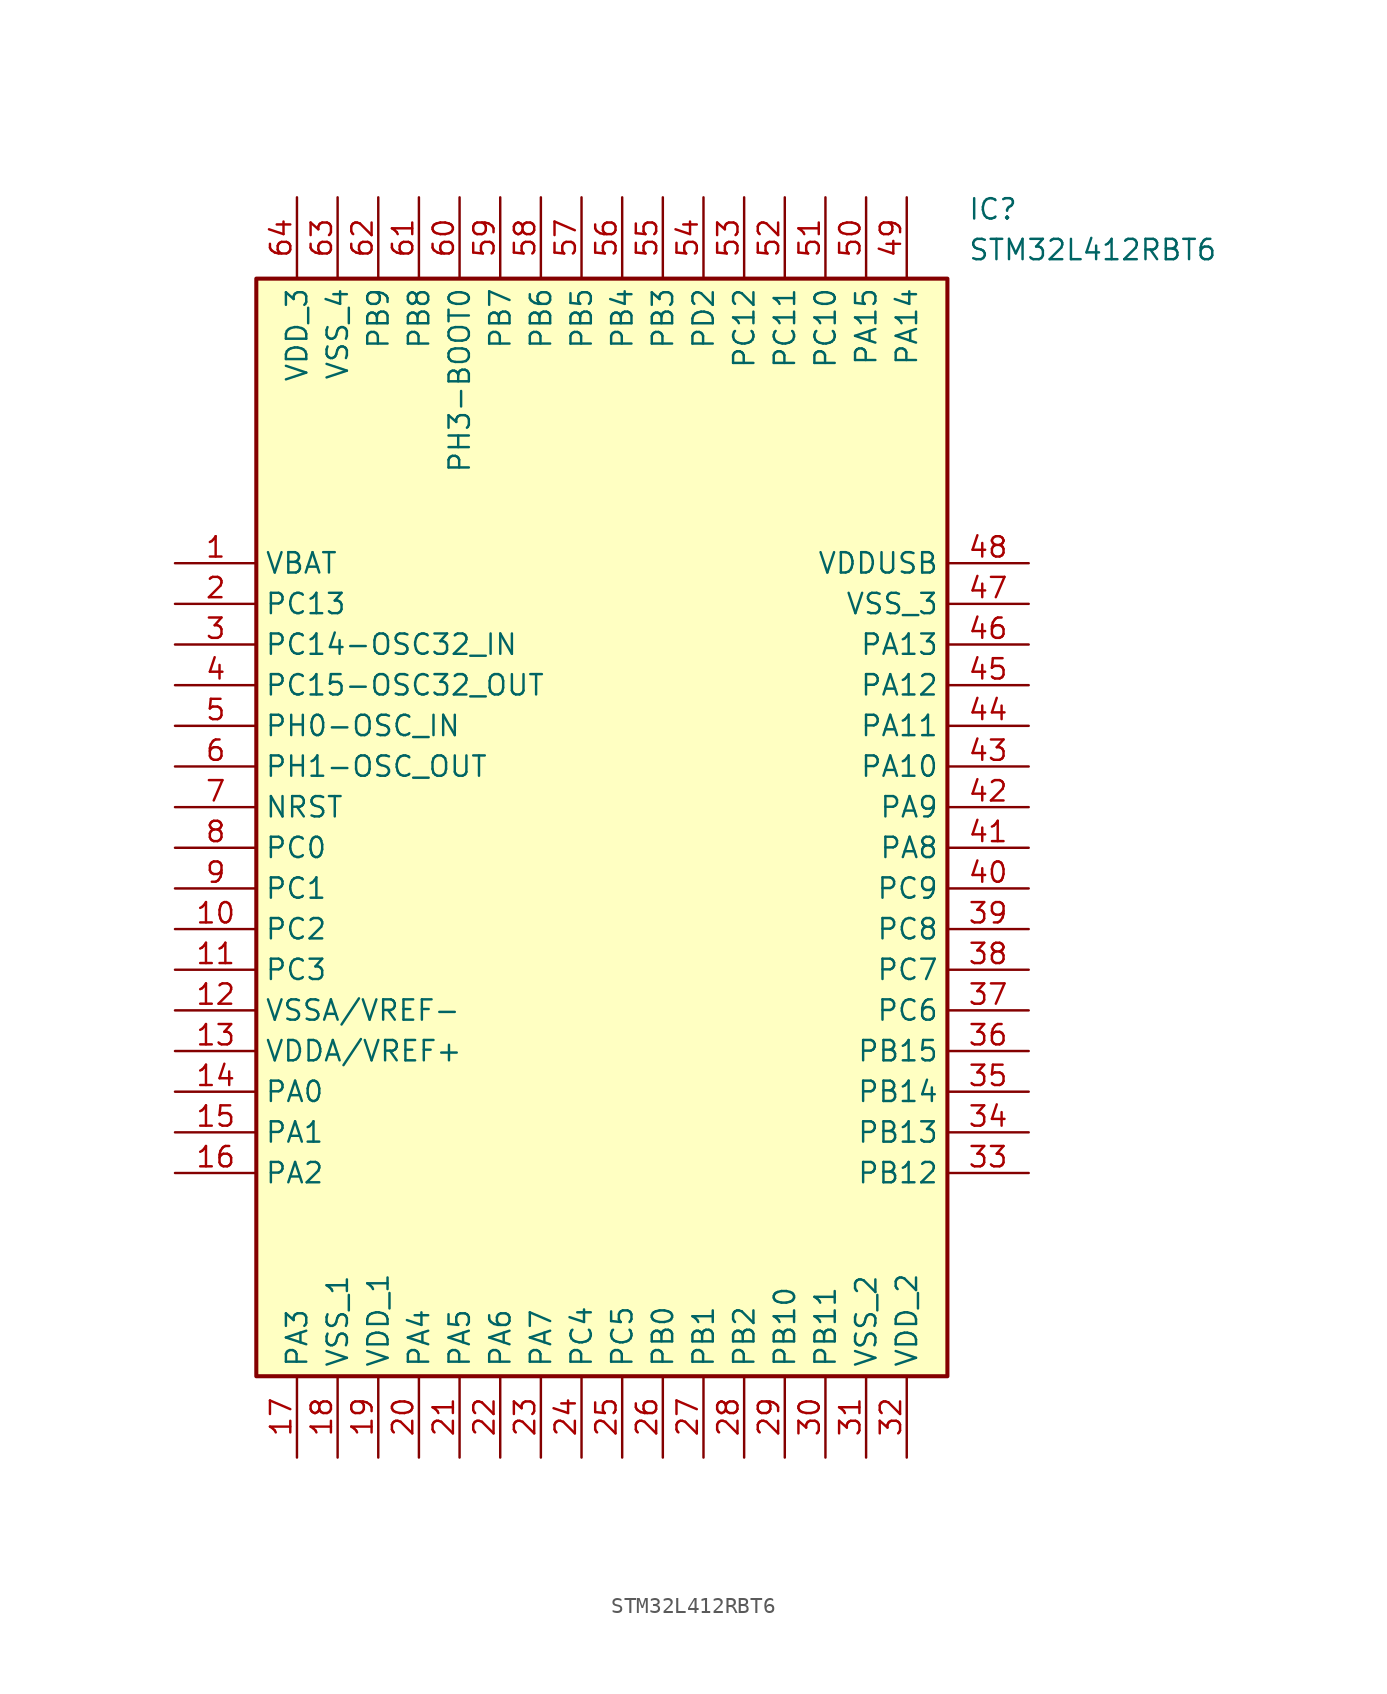
<source format=kicad_sym>
(kicad_symbol_lib
  (version 20211014)
  (generator SamacSys_ECAD_Model)
  (symbol "STM32L412RBT6"
    (property "Reference" "IC"
      (at 49.53 22.86 0)
      (effects (font (size 1.27 1.27)) (justify left top)))
    (property "Value" "STM32L412RBT6"
      (at 49.53 20.32 0)
      (effects (font (size 1.27 1.27)) (justify left top)))
    (rectangle
      (start 5.08 17.78)
      (end 48.26 -50.8)
      (stroke (width 0.254) (type default))
      (fill (type background)))
    (pin power_in line
      (at 0 0 0)
      (length 5.08)
      (name "VBAT" (effects (font (size 1.27 1.27))))
      (number "1" (effects (font (size 1.27 1.27)))))
    (pin bidirectional line
      (at 0 -2.54 0)
      (length 5.08)
      (name "PC13" (effects (font (size 1.27 1.27))))
      (number "2" (effects (font (size 1.27 1.27)))))
    (pin bidirectional line
      (at 0 -5.08 0)
      (length 5.08)
      (name "PC14-OSC32_IN" (effects (font (size 1.27 1.27))))
      (number "3" (effects (font (size 1.27 1.27)))))
    (pin bidirectional line
      (at 0 -7.62 0)
      (length 5.08)
      (name "PC15-OSC32_OUT" (effects (font (size 1.27 1.27))))
      (number "4" (effects (font (size 1.27 1.27)))))
    (pin bidirectional line
      (at 0 -10.16 0)
      (length 5.08)
      (name "PH0-OSC_IN" (effects (font (size 1.27 1.27))))
      (number "5" (effects (font (size 1.27 1.27)))))
    (pin bidirectional line
      (at 0 -12.7 0)
      (length 5.08)
      (name "PH1-OSC_OUT" (effects (font (size 1.27 1.27))))
      (number "6" (effects (font (size 1.27 1.27)))))
    (pin input line
      (at 0 -15.24 0)
      (length 5.08)
      (name "NRST" (effects (font (size 1.27 1.27))))
      (number "7" (effects (font (size 1.27 1.27)))))
    (pin bidirectional line
      (at 0 -17.78 0)
      (length 5.08)
      (name "PC0" (effects (font (size 1.27 1.27))))
      (number "8" (effects (font (size 1.27 1.27)))))
    (pin bidirectional line
      (at 0 -20.32 0)
      (length 5.08)
      (name "PC1" (effects (font (size 1.27 1.27))))
      (number "9" (effects (font (size 1.27 1.27)))))
    (pin bidirectional line
      (at 0 -22.86 0)
      (length 5.08)
      (name "PC2" (effects (font (size 1.27 1.27))))
      (number "10" (effects (font (size 1.27 1.27)))))
    (pin bidirectional line
      (at 0 -25.4 0)
      (length 5.08)
      (name "PC3" (effects (font (size 1.27 1.27))))
      (number "11" (effects (font (size 1.27 1.27)))))
    (pin power_in line
      (at 0 -27.94 0)
      (length 5.08)
      (name "VSSA/VREF-" (effects (font (size 1.27 1.27))))
      (number "12" (effects (font (size 1.27 1.27)))))
    (pin power_in line
      (at 0 -30.48 0)
      (length 5.08)
      (name "VDDA/VREF+" (effects (font (size 1.27 1.27))))
      (number "13" (effects (font (size 1.27 1.27)))))
    (pin bidirectional line
      (at 0 -33.02 0)
      (length 5.08)
      (name "PA0" (effects (font (size 1.27 1.27))))
      (number "14" (effects (font (size 1.27 1.27)))))
    (pin bidirectional line
      (at 0 -35.56 0)
      (length 5.08)
      (name "PA1" (effects (font (size 1.27 1.27))))
      (number "15" (effects (font (size 1.27 1.27)))))
    (pin bidirectional line
      (at 0 -38.1 0)
      (length 5.08)
      (name "PA2" (effects (font (size 1.27 1.27))))
      (number "16" (effects (font (size 1.27 1.27)))))
    (pin bidirectional line
      (at 7.62 -55.88 90)
      (length 5.08)
      (name "PA3" (effects (font (size 1.27 1.27))))
      (number "17" (effects (font (size 1.27 1.27)))))
    (pin power_in line
      (at 10.16 -55.88 90)
      (length 5.08)
      (name "VSS_1" (effects (font (size 1.27 1.27))))
      (number "18" (effects (font (size 1.27 1.27)))))
    (pin power_in line
      (at 12.7 -55.88 90)
      (length 5.08)
      (name "VDD_1" (effects (font (size 1.27 1.27))))
      (number "19" (effects (font (size 1.27 1.27)))))
    (pin bidirectional line
      (at 15.24 -55.88 90)
      (length 5.08)
      (name "PA4" (effects (font (size 1.27 1.27))))
      (number "20" (effects (font (size 1.27 1.27)))))
    (pin bidirectional line
      (at 17.78 -55.88 90)
      (length 5.08)
      (name "PA5" (effects (font (size 1.27 1.27))))
      (number "21" (effects (font (size 1.27 1.27)))))
    (pin bidirectional line
      (at 20.32 -55.88 90)
      (length 5.08)
      (name "PA6" (effects (font (size 1.27 1.27))))
      (number "22" (effects (font (size 1.27 1.27)))))
    (pin bidirectional line
      (at 22.86 -55.88 90)
      (length 5.08)
      (name "PA7" (effects (font (size 1.27 1.27))))
      (number "23" (effects (font (size 1.27 1.27)))))
    (pin bidirectional line
      (at 25.4 -55.88 90)
      (length 5.08)
      (name "PC4" (effects (font (size 1.27 1.27))))
      (number "24" (effects (font (size 1.27 1.27)))))
    (pin bidirectional line
      (at 27.94 -55.88 90)
      (length 5.08)
      (name "PC5" (effects (font (size 1.27 1.27))))
      (number "25" (effects (font (size 1.27 1.27)))))
    (pin bidirectional line
      (at 30.48 -55.88 90)
      (length 5.08)
      (name "PB0" (effects (font (size 1.27 1.27))))
      (number "26" (effects (font (size 1.27 1.27)))))
    (pin bidirectional line
      (at 33.02 -55.88 90)
      (length 5.08)
      (name "PB1" (effects (font (size 1.27 1.27))))
      (number "27" (effects (font (size 1.27 1.27)))))
    (pin bidirectional line
      (at 35.56 -55.88 90)
      (length 5.08)
      (name "PB2" (effects (font (size 1.27 1.27))))
      (number "28" (effects (font (size 1.27 1.27)))))
    (pin bidirectional line
      (at 38.1 -55.88 90)
      (length 5.08)
      (name "PB10" (effects (font (size 1.27 1.27))))
      (number "29" (effects (font (size 1.27 1.27)))))
    (pin bidirectional line
      (at 40.64 -55.88 90)
      (length 5.08)
      (name "PB11" (effects (font (size 1.27 1.27))))
      (number "30" (effects (font (size 1.27 1.27)))))
    (pin power_in line
      (at 43.18 -55.88 90)
      (length 5.08)
      (name "VSS_2" (effects (font (size 1.27 1.27))))
      (number "31" (effects (font (size 1.27 1.27)))))
    (pin power_in line
      (at 45.72 -55.88 90)
      (length 5.08)
      (name "VDD_2" (effects (font (size 1.27 1.27))))
      (number "32" (effects (font (size 1.27 1.27)))))
    (pin power_in line
      (at 53.34 0 180)
      (length 5.08)
      (name "VDDUSB" (effects (font (size 1.27 1.27))))
      (number "48" (effects (font (size 1.27 1.27)))))
    (pin power_in line
      (at 53.34 -2.54 180)
      (length 5.08)
      (name "VSS_3" (effects (font (size 1.27 1.27))))
      (number "47" (effects (font (size 1.27 1.27)))))
    (pin bidirectional line
      (at 53.34 -5.08 180)
      (length 5.08)
      (name "PA13" (effects (font (size 1.27 1.27))))
      (number "46" (effects (font (size 1.27 1.27)))))
    (pin bidirectional line
      (at 53.34 -7.62 180)
      (length 5.08)
      (name "PA12" (effects (font (size 1.27 1.27))))
      (number "45" (effects (font (size 1.27 1.27)))))
    (pin bidirectional line
      (at 53.34 -10.16 180)
      (length 5.08)
      (name "PA11" (effects (font (size 1.27 1.27))))
      (number "44" (effects (font (size 1.27 1.27)))))
    (pin bidirectional line
      (at 53.34 -12.7 180)
      (length 5.08)
      (name "PA10" (effects (font (size 1.27 1.27))))
      (number "43" (effects (font (size 1.27 1.27)))))
    (pin bidirectional line
      (at 53.34 -15.24 180)
      (length 5.08)
      (name "PA9" (effects (font (size 1.27 1.27))))
      (number "42" (effects (font (size 1.27 1.27)))))
    (pin bidirectional line
      (at 53.34 -17.78 180)
      (length 5.08)
      (name "PA8" (effects (font (size 1.27 1.27))))
      (number "41" (effects (font (size 1.27 1.27)))))
    (pin bidirectional line
      (at 53.34 -20.32 180)
      (length 5.08)
      (name "PC9" (effects (font (size 1.27 1.27))))
      (number "40" (effects (font (size 1.27 1.27)))))
    (pin bidirectional line
      (at 53.34 -22.86 180)
      (length 5.08)
      (name "PC8" (effects (font (size 1.27 1.27))))
      (number "39" (effects (font (size 1.27 1.27)))))
    (pin bidirectional line
      (at 53.34 -25.4 180)
      (length 5.08)
      (name "PC7" (effects (font (size 1.27 1.27))))
      (number "38" (effects (font (size 1.27 1.27)))))
    (pin bidirectional line
      (at 53.34 -27.94 180)
      (length 5.08)
      (name "PC6" (effects (font (size 1.27 1.27))))
      (number "37" (effects (font (size 1.27 1.27)))))
    (pin bidirectional line
      (at 53.34 -30.48 180)
      (length 5.08)
      (name "PB15" (effects (font (size 1.27 1.27))))
      (number "36" (effects (font (size 1.27 1.27)))))
    (pin bidirectional line
      (at 53.34 -33.02 180)
      (length 5.08)
      (name "PB14" (effects (font (size 1.27 1.27))))
      (number "35" (effects (font (size 1.27 1.27)))))
    (pin bidirectional line
      (at 53.34 -35.56 180)
      (length 5.08)
      (name "PB13" (effects (font (size 1.27 1.27))))
      (number "34" (effects (font (size 1.27 1.27)))))
    (pin bidirectional line
      (at 53.34 -38.1 180)
      (length 5.08)
      (name "PB12" (effects (font (size 1.27 1.27))))
      (number "33" (effects (font (size 1.27 1.27)))))
    (pin power_in line
      (at 7.62 22.86 270)
      (length 5.08)
      (name "VDD_3" (effects (font (size 1.27 1.27))))
      (number "64" (effects (font (size 1.27 1.27)))))
    (pin power_in line
      (at 10.16 22.86 270)
      (length 5.08)
      (name "VSS_4" (effects (font (size 1.27 1.27))))
      (number "63" (effects (font (size 1.27 1.27)))))
    (pin bidirectional line
      (at 12.7 22.86 270)
      (length 5.08)
      (name "PB9" (effects (font (size 1.27 1.27))))
      (number "62" (effects (font (size 1.27 1.27)))))
    (pin bidirectional line
      (at 15.24 22.86 270)
      (length 5.08)
      (name "PB8" (effects (font (size 1.27 1.27))))
      (number "61" (effects (font (size 1.27 1.27)))))
    (pin bidirectional line
      (at 17.78 22.86 270)
      (length 5.08)
      (name "PH3-BOOT0" (effects (font (size 1.27 1.27))))
      (number "60" (effects (font (size 1.27 1.27)))))
    (pin bidirectional line
      (at 20.32 22.86 270)
      (length 5.08)
      (name "PB7" (effects (font (size 1.27 1.27))))
      (number "59" (effects (font (size 1.27 1.27)))))
    (pin bidirectional line
      (at 22.86 22.86 270)
      (length 5.08)
      (name "PB6" (effects (font (size 1.27 1.27))))
      (number "58" (effects (font (size 1.27 1.27)))))
    (pin bidirectional line
      (at 25.4 22.86 270)
      (length 5.08)
      (name "PB5" (effects (font (size 1.27 1.27))))
      (number "57" (effects (font (size 1.27 1.27)))))
    (pin bidirectional line
      (at 27.94 22.86 270)
      (length 5.08)
      (name "PB4" (effects (font (size 1.27 1.27))))
      (number "56" (effects (font (size 1.27 1.27)))))
    (pin bidirectional line
      (at 30.48 22.86 270)
      (length 5.08)
      (name "PB3" (effects (font (size 1.27 1.27))))
      (number "55" (effects (font (size 1.27 1.27)))))
    (pin bidirectional line
      (at 33.02 22.86 270)
      (length 5.08)
      (name "PD2" (effects (font (size 1.27 1.27))))
      (number "54" (effects (font (size 1.27 1.27)))))
    (pin bidirectional line
      (at 35.56 22.86 270)
      (length 5.08)
      (name "PC12" (effects (font (size 1.27 1.27))))
      (number "53" (effects (font (size 1.27 1.27)))))
    (pin bidirectional line
      (at 38.1 22.86 270)
      (length 5.08)
      (name "PC11" (effects (font (size 1.27 1.27))))
      (number "52" (effects (font (size 1.27 1.27)))))
    (pin bidirectional line
      (at 40.64 22.86 270)
      (length 5.08)
      (name "PC10" (effects (font (size 1.27 1.27))))
      (number "51" (effects (font (size 1.27 1.27)))))
    (pin bidirectional line
      (at 43.18 22.86 270)
      (length 5.08)
      (name "PA15" (effects (font (size 1.27 1.27))))
      (number "50" (effects (font (size 1.27 1.27)))))
    (pin bidirectional line
      (at 45.72 22.86 270)
      (length 5.08)
      (name "PA14" (effects (font (size 1.27 1.27))))
      (number "49" (effects (font (size 1.27 1.27)))))))
</source>
